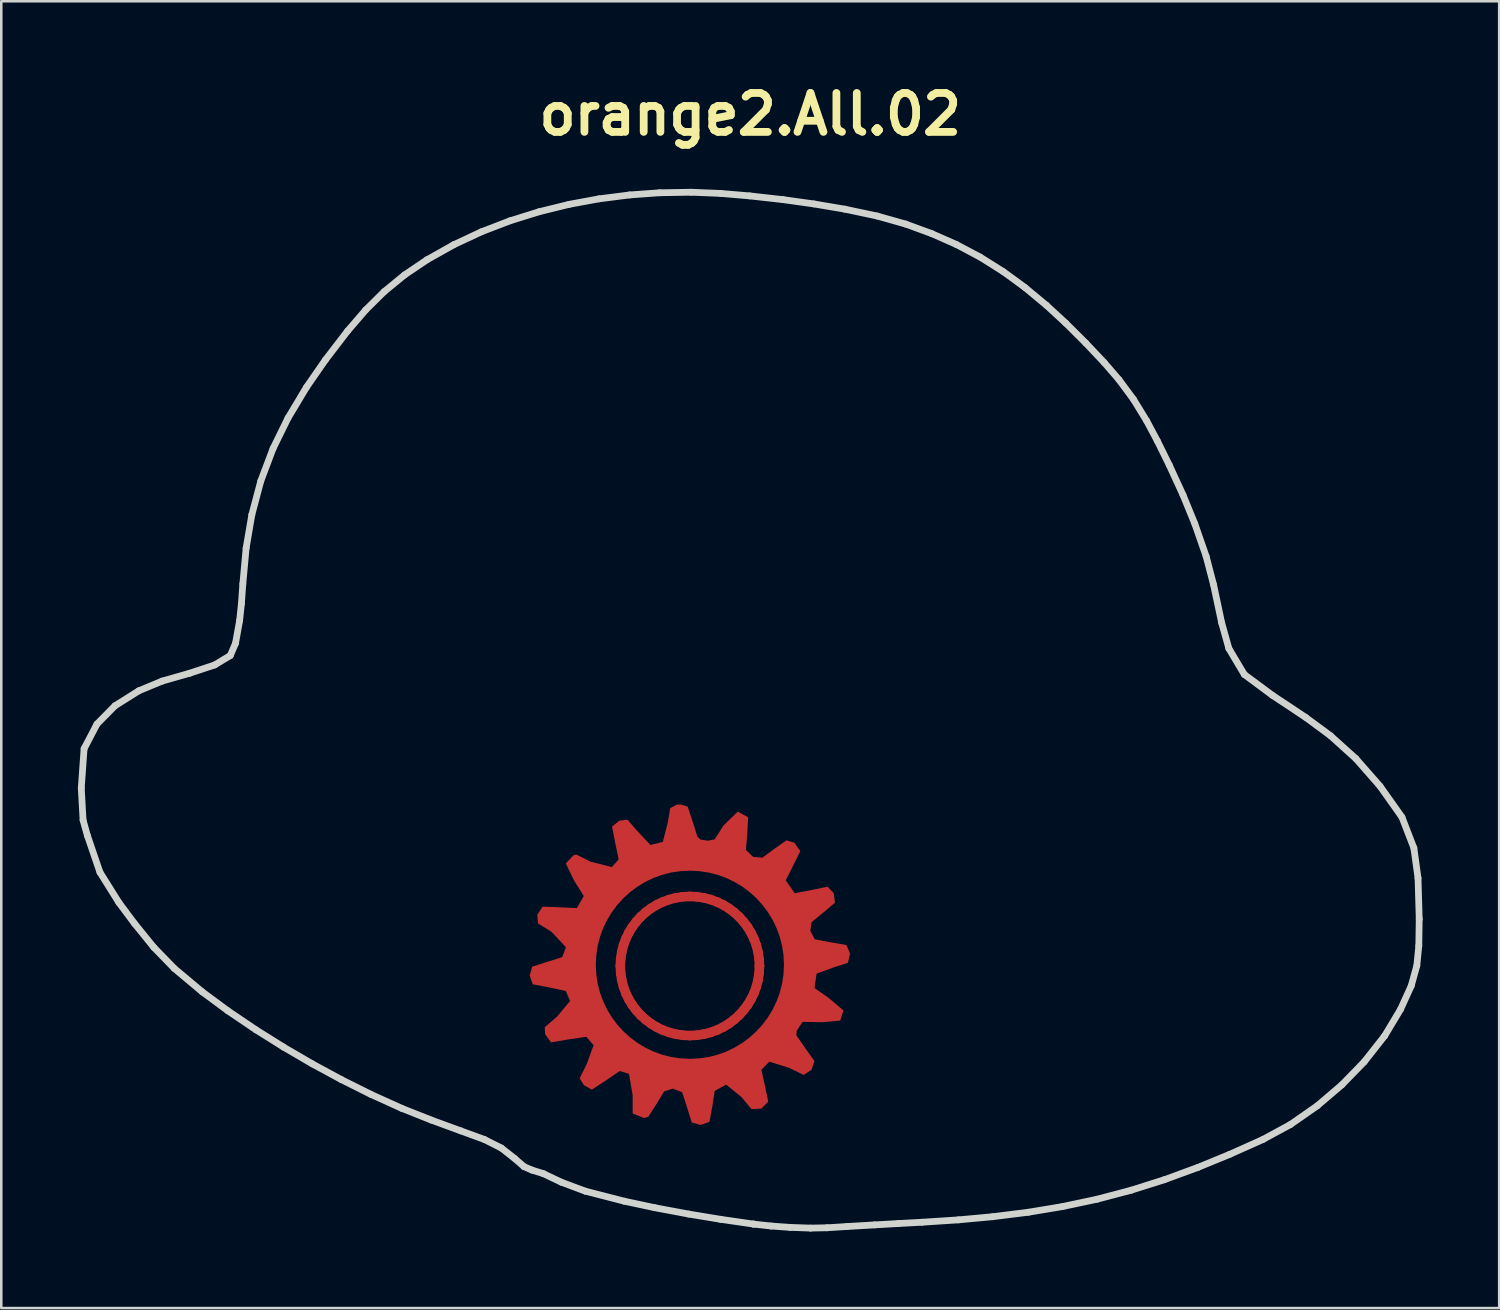
<source format=kicad_pcb>
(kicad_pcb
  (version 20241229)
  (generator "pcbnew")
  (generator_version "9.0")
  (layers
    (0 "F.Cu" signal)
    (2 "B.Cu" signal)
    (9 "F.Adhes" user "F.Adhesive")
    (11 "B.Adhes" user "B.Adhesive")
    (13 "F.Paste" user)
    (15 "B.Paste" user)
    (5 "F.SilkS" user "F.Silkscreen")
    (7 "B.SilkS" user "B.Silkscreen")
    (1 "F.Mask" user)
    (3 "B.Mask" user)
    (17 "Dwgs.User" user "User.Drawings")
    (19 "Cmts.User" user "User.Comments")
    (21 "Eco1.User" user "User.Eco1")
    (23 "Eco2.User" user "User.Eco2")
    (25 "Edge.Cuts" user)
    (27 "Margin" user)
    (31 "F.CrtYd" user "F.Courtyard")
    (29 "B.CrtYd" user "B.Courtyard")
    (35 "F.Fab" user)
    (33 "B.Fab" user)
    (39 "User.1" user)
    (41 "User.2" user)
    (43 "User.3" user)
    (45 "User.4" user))
  (footprint "orange2.All.02"
    (layer "F.Cu")
    (at 26.335 24.764)
    (property "Reference" "orange2.All.02" (at 0 -23.338 0) (layer "F.SilkS") (effects (font (size 1.524 1.524) (thickness 0.305))))
    (attr smd)
    (fp_line (start -5.089 10.021) (end -5.075 9.742) (stroke (width 0.375) (type solid)) (layer "F.Cu"))
    (fp_line (start -5.075 10.3) (end -5.089 10.021) (stroke (width 0.375) (type solid)) (layer "F.Cu"))
    (fp_line (start -5.075 9.742) (end -5.033 9.472) (stroke (width 0.375) (type solid)) (layer "F.Cu"))
    (fp_line (start -5.033 10.57) (end -5.075 10.3) (stroke (width 0.375) (type solid)) (layer "F.Cu"))
    (fp_line (start -5.033 9.472) (end -4.966 9.211) (stroke (width 0.375) (type solid)) (layer "F.Cu"))
    (fp_line (start -4.966 10.831) (end -5.033 10.57) (stroke (width 0.375) (type solid)) (layer "F.Cu"))
    (fp_line (start -4.966 9.211) (end -4.875 8.961) (stroke (width 0.375) (type solid)) (layer "F.Cu"))
    (fp_line (start -4.875 11.082) (end -4.966 10.831) (stroke (width 0.375) (type solid)) (layer "F.Cu"))
    (fp_line (start -4.875 8.961) (end -4.76 8.722) (stroke (width 0.375) (type solid)) (layer "F.Cu"))
    (fp_line (start -4.76 11.32) (end -4.875 11.082) (stroke (width 0.375) (type solid)) (layer "F.Cu"))
    (fp_line (start -4.76 8.722) (end -4.623 8.498) (stroke (width 0.375) (type solid)) (layer "F.Cu"))
    (fp_line (start -4.623 11.544) (end -4.76 11.32) (stroke (width 0.375) (type solid)) (layer "F.Cu"))
    (fp_line (start -4.623 8.498) (end -4.467 8.288) (stroke (width 0.375) (type solid)) (layer "F.Cu"))
    (fp_line (start -4.467 11.754) (end -4.623 11.544) (stroke (width 0.375) (type solid)) (layer "F.Cu"))
    (fp_line (start -4.467 8.288) (end -4.291 8.094) (stroke (width 0.375) (type solid)) (layer "F.Cu"))
    (fp_line (start -4.291 11.948) (end -4.467 11.754) (stroke (width 0.375) (type solid)) (layer "F.Cu"))
    (fp_line (start -4.291 8.094) (end -4.097 7.919) (stroke (width 0.375) (type solid)) (layer "F.Cu"))
    (fp_line (start -4.097 12.123) (end -4.291 11.948) (stroke (width 0.375) (type solid)) (layer "F.Cu"))
    (fp_line (start -4.097 7.919) (end -3.887 7.762) (stroke (width 0.375) (type solid)) (layer "F.Cu"))
    (fp_line (start -3.887 12.28) (end -4.097 12.123) (stroke (width 0.375) (type solid)) (layer "F.Cu"))
    (fp_line (start -3.887 7.762) (end -3.663 7.625) (stroke (width 0.375) (type solid)) (layer "F.Cu"))
    (fp_line (start -3.663 12.417) (end -3.887 12.28) (stroke (width 0.375) (type solid)) (layer "F.Cu"))
    (fp_line (start -3.663 7.625) (end -3.425 7.511) (stroke (width 0.375) (type solid)) (layer "F.Cu"))
    (fp_line (start -3.425 12.532) (end -3.663 12.417) (stroke (width 0.375) (type solid)) (layer "F.Cu"))
    (fp_line (start -3.425 7.511) (end -3.174 7.419) (stroke (width 0.375) (type solid)) (layer "F.Cu"))
    (fp_line (start -3.174 12.623) (end -3.425 12.532) (stroke (width 0.375) (type solid)) (layer "F.Cu"))
    (fp_line (start -3.174 7.419) (end -2.913 7.352) (stroke (width 0.375) (type solid)) (layer "F.Cu"))
    (fp_line (start -2.913 12.69) (end -3.174 12.623) (stroke (width 0.375) (type solid)) (layer "F.Cu"))
    (fp_line (start -2.913 7.352) (end -2.643 7.311) (stroke (width 0.375) (type solid)) (layer "F.Cu"))
    (fp_line (start -2.643 12.732) (end -2.913 12.69) (stroke (width 0.375) (type solid)) (layer "F.Cu"))
    (fp_line (start -2.643 7.311) (end -2.364 7.296) (stroke (width 0.375) (type solid)) (layer "F.Cu"))
    (fp_line (start -2.364 12.746) (end -2.643 12.732) (stroke (width 0.375) (type solid)) (layer "F.Cu"))
    (fp_line (start -2.364 7.296) (end -2.086 7.311) (stroke (width 0.375) (type solid)) (layer "F.Cu"))
    (fp_line (start -2.086 7.311) (end -1.815 7.352) (stroke (width 0.375) (type solid)) (layer "F.Cu"))
    (fp_line (start -2.086 12.732) (end -2.364 12.746) (stroke (width 0.375) (type solid)) (layer "F.Cu"))
    (fp_line (start -1.815 7.352) (end -1.554 7.419) (stroke (width 0.375) (type solid)) (layer "F.Cu"))
    (fp_line (start -1.815 12.69) (end -2.086 12.732) (stroke (width 0.375) (type solid)) (layer "F.Cu"))
    (fp_line (start -1.554 7.419) (end -1.304 7.511) (stroke (width 0.375) (type solid)) (layer "F.Cu"))
    (fp_line (start -1.554 12.623) (end -1.815 12.69) (stroke (width 0.375) (type solid)) (layer "F.Cu"))
    (fp_line (start -1.304 7.511) (end -1.065 7.625) (stroke (width 0.375) (type solid)) (layer "F.Cu"))
    (fp_line (start -1.304 12.532) (end -1.554 12.623) (stroke (width 0.375) (type solid)) (layer "F.Cu"))
    (fp_line (start -1.065 7.625) (end -0.841 7.762) (stroke (width 0.375) (type solid)) (layer "F.Cu"))
    (fp_line (start -1.065 12.417) (end -1.304 12.532) (stroke (width 0.375) (type solid)) (layer "F.Cu"))
    (fp_line (start -0.841 7.762) (end -0.631 7.919) (stroke (width 0.375) (type solid)) (layer "F.Cu"))
    (fp_line (start -0.841 12.28) (end -1.065 12.417) (stroke (width 0.375) (type solid)) (layer "F.Cu"))
    (fp_line (start -0.631 7.919) (end -0.438 8.094) (stroke (width 0.375) (type solid)) (layer "F.Cu"))
    (fp_line (start -0.631 12.123) (end -0.841 12.28) (stroke (width 0.375) (type solid)) (layer "F.Cu"))
    (fp_line (start -0.438 8.094) (end -0.262 8.288) (stroke (width 0.375) (type solid)) (layer "F.Cu"))
    (fp_line (start -0.438 11.948) (end -0.631 12.123) (stroke (width 0.375) (type solid)) (layer "F.Cu"))
    (fp_line (start -0.262 8.288) (end -0.105 8.498) (stroke (width 0.375) (type solid)) (layer "F.Cu"))
    (fp_line (start -0.262 11.754) (end -0.438 11.948) (stroke (width 0.375) (type solid)) (layer "F.Cu"))
    (fp_line (start -0.105 8.498) (end 0.032 8.722) (stroke (width 0.375) (type solid)) (layer "F.Cu"))
    (fp_line (start -0.105 11.544) (end -0.262 11.754) (stroke (width 0.375) (type solid)) (layer "F.Cu"))
    (fp_line (start 0.032 8.722) (end 0.146 8.961) (stroke (width 0.375) (type solid)) (layer "F.Cu"))
    (fp_line (start 0.032 11.32) (end -0.105 11.544) (stroke (width 0.375) (type solid)) (layer "F.Cu"))
    (fp_line (start 0.146 8.961) (end 0.238 9.211) (stroke (width 0.375) (type solid)) (layer "F.Cu"))
    (fp_line (start 0.146 11.082) (end 0.032 11.32) (stroke (width 0.375) (type solid)) (layer "F.Cu"))
    (fp_line (start 0.238 9.211) (end 0.305 9.472) (stroke (width 0.375) (type solid)) (layer "F.Cu"))
    (fp_line (start 0.238 10.831) (end 0.146 11.082) (stroke (width 0.375) (type solid)) (layer "F.Cu"))
    (fp_line (start 0.305 9.472) (end 0.346 9.742) (stroke (width 0.375) (type solid)) (layer "F.Cu"))
    (fp_line (start 0.305 10.57) (end 0.238 10.831) (stroke (width 0.375) (type solid)) (layer "F.Cu"))
    (fp_line (start 0.346 9.742) (end 0.361 10.021) (stroke (width 0.375) (type solid)) (layer "F.Cu"))
    (fp_line (start 0.346 10.3) (end 0.305 10.57) (stroke (width 0.375) (type solid)) (layer "F.Cu"))
    (fp_line (start 0.36 10.021) (end 0.346 10.3) (stroke (width 0.375) (type solid)) (layer "F.Cu"))
    (fp_line (start 0.361 10.021) (end 0.36 10.021) (stroke (width 0.375) (type solid)) (layer "F.Cu"))
    (fp_poly (pts (xy -2.738 3.695) (xy -4.121 6.732) (xy -3.799 6.577) (xy -3.46 6.453) (xy -3.107 6.362) (xy -2.741 6.307) (xy -2.364 6.288) (xy -2.364 6.288) (xy -1.987 6.307) (xy -1.621 6.363) (xy -1.268 6.453) (xy -0.93 6.577) (xy -0.608 6.733) (xy -0.304 6.917) (xy -0.02 7.129) (xy 0.241 7.367) (xy 0.479 7.629) (xy 0.691 7.912) (xy 0.876 8.216) (xy 1.031 8.538) (xy 1.155 8.877) (xy 1.246 9.23) (xy 1.302 9.596) (xy 1.321 9.973) (xy 1.302 10.349) (xy 1.246 10.715) (xy 1.155 11.068) (xy 1.031 11.407) (xy 0.876 11.729) (xy 0.691 12.033) (xy 0.479 12.316) (xy 0.241 12.578) (xy -0.02 12.816) (xy -0.304 13.028) (xy -0.608 13.213) (xy -0.93 13.368) (xy -1.268 13.492) (xy -1.621 13.583) (xy -1.987 13.638) (xy -2.364 13.657) (xy -2.741 13.638) (xy -3.107 13.583) (xy -3.46 13.492) (xy -3.799 13.368) (xy -4.121 13.213) (xy -4.425 13.028) (xy -4.708 12.816) (xy -4.97 12.578) (xy -5.208 12.317) (xy -5.42 12.033) (xy -5.605 11.729) (xy -5.76 11.407) (xy -5.884 11.068) (xy -5.975 10.715) (xy -6.03 10.349) (xy -6.05 9.973) (xy -6.03 9.596) (xy -5.975 9.23) (xy -5.884 8.877) (xy -5.76 8.538) (xy -5.605 8.216) (xy -5.42 7.912) (xy -5.208 7.628) (xy -4.97 7.367) (xy -4.708 7.129) (xy -4.425 6.917) (xy -4.121 6.732) (xy -2.738 3.695) (xy -2.887 3.706) (xy -3.132 3.835) (xy -3.234 4.421) (xy -3.425 5.163) (xy -3.908 5.28) (xy -4.431 4.727) (xy -4.811 4.287) (xy -5.127 4.329) (xy -5.413 4.56) (xy -5.288 5.202) (xy -5.155 5.844) (xy -5.419 6.147) (xy -6.252 5.936) (xy -6.81 5.656) (xy -6.923 5.685) (xy -7.224 6.004) (xy -6.898 6.679) (xy -6.518 7.279) (xy -6.79 7.753) (xy -7.643 7.714) (xy -8.134 7.698) (xy -8.341 8.015) (xy -8.312 8.352) (xy -7.784 8.682) (xy -7.218 9.287) (xy -7.367 9.674) (xy -7.956 9.862) (xy -8.539 10.046) (xy -8.639 10.394) (xy -8.518 10.738) (xy -8.022 10.83) (xy -7.224 11) (xy -7.058 11.392) (xy -7.569 12.008) (xy -8.05 12.419) (xy -8.032 12.695) (xy -7.802 13.013) (xy -7.132 12.898) (xy -6.42 12.794) (xy -6.136 13.123) (xy -6.403 13.86) (xy -6.682 14.418) (xy -6.514 14.69) (xy -6.203 14.862) (xy -5.654 14.504) (xy -5.112 14.134) (xy -4.748 14.247) (xy -4.605 15.087) (xy -4.605 15.799) (xy -4.161 15.975) (xy -3.993 15.928) (xy -3.68 15.437) (xy -3.373 14.932) (xy -3.03 14.825) (xy -2.668 14.964) (xy -2.475 15.558) (xy -2.291 16.147) (xy -1.946 16.247) (xy -1.598 16.125) (xy -1.485 15.513) (xy -1.391 14.913) (xy -0.945 14.666) (xy -0.348 15.151) (xy 0.051 15.627) (xy 0.438 15.605) (xy 0.704 15.333) (xy 0.654 15.081) (xy 0.438 14.085) (xy 0.747 13.768) (xy 1.524 14.011) (xy 2.095 14.289) (xy 2.402 14.083) (xy 2.514 13.745) (xy 2.158 13.246) (xy 1.806 12.735) (xy 1.817 12.559) (xy 2.052 12.209) (xy 2.829 12.223) (xy 3.527 12.158) (xy 3.65 11.761) (xy 3.057 11.262) (xy 2.516 10.883) (xy 2.598 10.319) (xy 3.298 10.065) (xy 3.823 9.899) (xy 3.911 9.545) (xy 3.768 9.2) (xy 3.146 9.093) (xy 2.525 8.974) (xy 2.353 8.639) (xy 2.404 8.303) (xy 2.868 7.923) (xy 3.316 7.544) (xy 3.271 7.17) (xy 3.03 6.914) (xy 2.545 7.016) (xy 1.743 7.172) (xy 1.389 6.665) (xy 1.682 6.088) (xy 1.96 5.521) (xy 1.731 5.196) (xy 1.42 5.098) (xy 0.953 5.427) (xy 0.475 5.779) (xy 0.115 5.748) (xy -0.17 5.476) (xy -0.117 4.844) (xy -0.084 4.195) (xy -0.489 3.975) (xy -1.046 4.514) (xy -1.389 5.057) (xy -1.655 5.114) (xy -1.95 5.067) (xy -2.07 4.957) (xy -2.257 4.359) (xy -2.451 3.778) (xy -2.738 3.695) (xy -2.738 3.695)) (stroke (width 0) (type solid)) (fill yes) (layer "F.Cu"))
    (fp_poly (pts (xy -20.55 -1.075) (xy -20.974 -0.859) (xy -21.611 -0.391) (xy -21.828 -0.151) (xy -21.827 0.13) (xy -21.583 1.124) (xy -21.157 2.532) (xy -20.696 3.902) (xy -20.313 4.879) (xy -19.672 5.995) (xy -18.825 7.021) (xy -17.893 7.862) (xy -16.781 8.648) (xy -15.694 9.275) (xy -14.467 9.871) (xy -13.251 10.391) (xy -12.108 10.825) (xy -10.854 11.229) (xy -9.664 11.529) (xy -8.411 11.939) (xy -8.107 12.362) (xy -8.08 12.404) (xy -8.039 12.409) (xy -8.045 12.414) (xy -8.05 12.419) (xy -8.071 12.541) (xy -8.031 12.696) (xy -7.924 12.894) (xy -7.802 13.013) (xy -7.66 13.028) (xy -7.131 12.898) (xy -6.591 12.768) (xy -6.42 12.794) (xy -6.261 12.933) (xy -6.135 13.123) (xy -6.137 13.342) (xy -6.403 13.86) (xy -6.607 14.242) (xy -6.682 14.418) (xy -6.644 14.542) (xy -6.513 14.69) (xy -6.344 14.824) (xy -6.203 14.862) (xy -6.057 14.798) (xy -5.654 14.504) (xy -5.283 14.235) (xy -5.112 14.134) (xy -4.945 14.15) (xy -4.748 14.247) (xy -4.564 14.471) (xy -4.605 15.087) (xy -4.654 15.62) (xy -4.605 15.799) (xy -4.411 15.918) (xy -4.161 15.975) (xy -4.057 15.968) (xy -3.993 15.928) (xy -3.879 15.762) (xy -3.68 15.437) (xy -3.483 15.106) (xy -3.373 14.932) (xy -3.25 14.838) (xy -3.03 14.825) (xy -2.801 14.868) (xy -2.668 14.964) (xy -2.596 15.16) (xy -2.475 15.558) (xy -2.358 15.955) (xy -2.291 16.147) (xy -2.167 16.232) (xy -1.945 16.247) (xy -1.719 16.209) (xy -1.598 16.125) (xy -1.553 15.945) (xy -1.485 15.513) (xy -1.425 15.106) (xy -1.391 14.913) (xy -1.235 14.754) (xy -0.945 14.666) (xy -0.72 14.72) (xy -0.348 15.151) (xy -0.09 15.466) (xy 0.052 15.627) (xy 0.21 15.681) (xy 0.438 15.605) (xy 0.636 15.468) (xy 0.704 15.333) (xy 0.689 15.233) (xy 0.655 15.081) (xy 0.46 14.307) (xy 0.438 14.085) (xy 0.548 13.92) (xy 0.747 13.768) (xy 0.982 13.735) (xy 1.524 14.011) (xy 1.926 14.225) (xy 2.095 14.289) (xy 2.239 14.239) (xy 2.402 14.083) (xy 2.515 13.902) (xy 2.517 13.756) (xy 2.519 13.758) (xy 2.523 13.765) (xy 2.635 13.661) (xy 2.746 13.557) (xy 3.3 13.254) (xy 4.724 13.077) (xy 6.066 12.935) (xy 7.317 12.761) (xy 8.645 12.521) (xy 9.875 12.233) (xy 11.157 11.846) (xy 12.345 11.39) (xy 13.529 10.82) (xy 14.646 10.159) (xy 15.716 9.355) (xy 16.519 8.48) (xy 17.101 7.426) (xy 17.459 6.155) (xy 17.601 4.995) (xy 17.645 3.636) (xy 17.622 2.745) (xy 17.557 2.012) (xy 17.265 0.989) (xy 16.816 1.047) (xy 16.651 1.33) (xy 16.445 1.77) (xy 15.92 2.75) (xy 15.215 3.515) (xy 14.436 4.059) (xy 13.376 4.634) (xy 12.309 5.115) (xy 11.129 5.553) (xy 9.985 5.903) (xy 8.79 6.203) (xy 7.666 6.433) (xy 6.165 6.717) (xy 4.431 7.024) (xy 3.528 7.158) (xy 3.353 7.169) (xy 3.303 7.244) (xy 3.288 7.208) (xy 3.271 7.17) (xy 3.15 6.994) (xy 3.03 6.914) (xy 2.869 6.939) (xy 2.545 7.016) (xy 1.916 7.173) (xy 1.743 7.172) (xy 1.491 6.957) (xy 1.389 6.665) (xy 1.48 6.463) (xy 1.682 6.088) (xy 1.895 5.69) (xy 1.96 5.521) (xy 1.898 5.366) (xy 1.731 5.196) (xy 1.561 5.097) (xy 1.42 5.097) (xy 1.26 5.202) (xy 0.953 5.427) (xy 0.643 5.659) (xy 0.475 5.779) (xy 0.32 5.816) (xy 0.115 5.748) (xy -0.076 5.617) (xy -0.17 5.476) (xy -0.159 5.267) (xy -0.117 4.844) (xy -0.064 4.338) (xy -0.084 4.195) (xy -0.23 4.067) (xy -0.489 3.975) (xy -0.718 4.015) (xy -1.045 4.514) (xy -1.264 4.874) (xy -1.389 5.057) (xy -1.466 5.106) (xy -1.655 5.114) (xy -1.841 5.105) (xy -1.949 5.067) (xy -2.021 5.016) (xy -2.07 4.956) (xy -2.139 4.754) (xy -2.256 4.359) (xy -2.381 3.946) (xy -2.45 3.778) (xy -2.563 3.715) (xy -2.738 3.695) (xy -2.809 3.698) (xy -2.887 3.706) (xy -3.037 3.754) (xy -3.132 3.835) (xy -3.174 4.03) (xy -3.234 4.421) (xy -3.327 4.983) (xy -3.424 5.163) (xy -3.669 5.261) (xy -3.907 5.28) (xy -4.073 5.158) (xy -4.431 4.727) (xy -4.678 4.427) (xy -4.811 4.287) (xy -4.947 4.267) (xy -5.127 4.329) (xy -5.326 4.445) (xy -5.413 4.559) (xy -5.407 4.713) (xy -5.288 5.202) (xy -5.178 5.661) (xy -5.155 5.844) (xy -5.236 5.993) (xy -5.419 6.147) (xy -5.682 6.219) (xy -6.252 5.936) (xy -6.634 5.731) (xy -6.81 5.656) (xy -6.867 5.664) (xy -6.923 5.685) (xy -7.084 5.825) (xy -7.223 6.004) (xy -7.405 6.007) (xy -7.601 6.003) (xy -8.384 5.932) (xy -9.464 5.749) (xy -10.375 5.557) (xy -11.299 5.334) (xy -12.284 5.061) (xy -13.098 4.786) (xy -14.243 4.332) (xy -15.271 3.892) (xy -16.402 3.358) (xy -17.371 2.836) (xy -18.439 2.141) (xy -19.256 1.444) (xy -19.968 0.546) (xy -20.373 -0.487) (xy -20.483 -0.888) (xy -20.55 -1.075)) (stroke (width 0) (type solid)) (fill yes) (layer "F.Mask"))
    (fp_line (start -26.202 3.057) (end -26.092 1.512) (stroke (width 0.265) (type solid)) (layer "Edge.Cuts"))
    (fp_line (start -26.132 4.305) (end -26.202 3.057) (stroke (width 0.265) (type solid)) (layer "Edge.Cuts"))
    (fp_line (start -26.092 1.512) (end -25.587 0.545) (stroke (width 0.265) (type solid)) (layer "Edge.Cuts"))
    (fp_line (start -25.962 4.912) (end -26.132 4.305) (stroke (width 0.265) (type solid)) (layer "Edge.Cuts"))
    (fp_line (start -25.587 0.545) (end -24.881 -0.171) (stroke (width 0.265) (type solid)) (layer "Edge.Cuts"))
    (fp_line (start -25.47 6.351) (end -25.962 4.912) (stroke (width 0.265) (type solid)) (layer "Edge.Cuts"))
    (fp_line (start -24.881 -0.171) (end -23.948 -0.758) (stroke (width 0.265) (type solid)) (layer "Edge.Cuts"))
    (fp_line (start -24.728 7.538) (end -25.47 6.351) (stroke (width 0.265) (type solid)) (layer "Edge.Cuts"))
    (fp_line (start -24.114 8.36) (end -24.728 7.538) (stroke (width 0.265) (type solid)) (layer "Edge.Cuts"))
    (fp_line (start -23.948 -0.758) (end -23.032 -1.138) (stroke (width 0.265) (type solid)) (layer "Edge.Cuts"))
    (fp_line (start -23.36 9.291) (end -24.114 8.36) (stroke (width 0.265) (type solid)) (layer "Edge.Cuts"))
    (fp_line (start -23.032 -1.138) (end -21.955 -1.446) (stroke (width 0.265) (type solid)) (layer "Edge.Cuts"))
    (fp_line (start -22.55 10.124) (end -23.36 9.291) (stroke (width 0.265) (type solid)) (layer "Edge.Cuts"))
    (fp_line (start -21.955 -1.446) (end -20.975 -1.77) (stroke (width 0.265) (type solid)) (layer "Edge.Cuts"))
    (fp_line (start -21.466 11.032) (end -22.55 10.124) (stroke (width 0.265) (type solid)) (layer "Edge.Cuts"))
    (fp_line (start -20.975 -1.77) (end -20.364 -2.14) (stroke (width 0.265) (type solid)) (layer "Edge.Cuts"))
    (fp_line (start -20.466 11.772) (end -21.466 11.032) (stroke (width 0.265) (type solid)) (layer "Edge.Cuts"))
    (fp_line (start -20.364 -2.14) (end -20.161 -2.615) (stroke (width 0.265) (type solid)) (layer "Edge.Cuts"))
    (fp_line (start -20.161 -2.615) (end -19.999 -3.515) (stroke (width 0.265) (type solid)) (layer "Edge.Cuts"))
    (fp_line (start -19.999 -3.515) (end -19.929 -4.172) (stroke (width 0.265) (type solid)) (layer "Edge.Cuts"))
    (fp_line (start -19.929 -4.172) (end -19.874 -4.945) (stroke (width 0.265) (type solid)) (layer "Edge.Cuts"))
    (fp_line (start -19.874 -4.945) (end -19.745 -6.344) (stroke (width 0.265) (type solid)) (layer "Edge.Cuts"))
    (fp_line (start -19.745 -6.344) (end -19.522 -7.652) (stroke (width 0.265) (type solid)) (layer "Edge.Cuts"))
    (fp_line (start -19.522 -7.652) (end -19.171 -8.973) (stroke (width 0.265) (type solid)) (layer "Edge.Cuts"))
    (fp_line (start -19.361 12.52) (end -20.466 11.772) (stroke (width 0.265) (type solid)) (layer "Edge.Cuts"))
    (fp_line (start -19.171 -8.973) (end -18.689 -10.25) (stroke (width 0.265) (type solid)) (layer "Edge.Cuts"))
    (fp_line (start -18.689 -10.25) (end -18.105 -11.44) (stroke (width 0.265) (type solid)) (layer "Edge.Cuts"))
    (fp_line (start -18.28 13.197) (end -19.361 12.52) (stroke (width 0.265) (type solid)) (layer "Edge.Cuts"))
    (fp_line (start -18.105 -11.44) (end -17.382 -12.646) (stroke (width 0.265) (type solid)) (layer "Edge.Cuts"))
    (fp_line (start -17.382 -12.646) (end -16.635 -13.724) (stroke (width 0.265) (type solid)) (layer "Edge.Cuts"))
    (fp_line (start -17.156 13.853) (end -18.28 13.197) (stroke (width 0.265) (type solid)) (layer "Edge.Cuts"))
    (fp_line (start -16.635 -13.724) (end -15.77 -14.851) (stroke (width 0.265) (type solid)) (layer "Edge.Cuts"))
    (fp_line (start -16.013 14.472) (end -17.156 13.853) (stroke (width 0.265) (type solid)) (layer "Edge.Cuts"))
    (fp_line (start -15.77 -14.851) (end -15.059 -15.677) (stroke (width 0.265) (type solid)) (layer "Edge.Cuts"))
    (fp_line (start -15.059 -15.677) (end -14.341 -16.388) (stroke (width 0.265) (type solid)) (layer "Edge.Cuts"))
    (fp_line (start -14.87 15.043) (end -16.013 14.472) (stroke (width 0.265) (type solid)) (layer "Edge.Cuts"))
    (fp_line (start -14.341 -16.388) (end -13.541 -17.045) (stroke (width 0.265) (type solid)) (layer "Edge.Cuts"))
    (fp_line (start -13.659 15.592) (end -14.87 15.043) (stroke (width 0.265) (type solid)) (layer "Edge.Cuts"))
    (fp_line (start -13.541 -17.045) (end -12.658 -17.641) (stroke (width 0.265) (type solid)) (layer "Edge.Cuts"))
    (fp_line (start -12.658 -17.641) (end -11.61 -18.23) (stroke (width 0.265) (type solid)) (layer "Edge.Cuts"))
    (fp_line (start -12.499 16.053) (end -13.659 15.592) (stroke (width 0.265) (type solid)) (layer "Edge.Cuts"))
    (fp_line (start -11.61 -18.23) (end -10.53 -18.735) (stroke (width 0.265) (type solid)) (layer "Edge.Cuts"))
    (fp_line (start -11.341 16.477) (end -12.499 16.053) (stroke (width 0.265) (type solid)) (layer "Edge.Cuts"))
    (fp_line (start -10.53 -18.735) (end -9.406 -19.167) (stroke (width 0.265) (type solid)) (layer "Edge.Cuts"))
    (fp_line (start -10.413 16.816) (end -11.341 16.477) (stroke (width 0.265) (type solid)) (layer "Edge.Cuts"))
    (fp_line (start -9.751 17.149) (end -10.413 16.816) (stroke (width 0.265) (type solid)) (layer "Edge.Cuts"))
    (fp_line (start -9.406 -19.167) (end -8.269 -19.521) (stroke (width 0.265) (type solid)) (layer "Edge.Cuts"))
    (fp_line (start -9.234 17.555) (end -9.751 17.149) (stroke (width 0.265) (type solid)) (layer "Edge.Cuts"))
    (fp_line (start -8.862 17.879) (end -9.234 17.555) (stroke (width 0.265) (type solid)) (layer "Edge.Cuts"))
    (fp_line (start -8.551 18.014) (end -8.862 17.879) (stroke (width 0.265) (type solid)) (layer "Edge.Cuts"))
    (fp_line (start -8.269 -19.521) (end -7.095 -19.81) (stroke (width 0.265) (type solid)) (layer "Edge.Cuts"))
    (fp_line (start -8.102 18.154) (end -8.551 18.014) (stroke (width 0.265) (type solid)) (layer "Edge.Cuts"))
    (fp_line (start -7.396 18.49) (end -8.102 18.154) (stroke (width 0.265) (type solid)) (layer "Edge.Cuts"))
    (fp_line (start -7.095 -19.81) (end -5.929 -20.025) (stroke (width 0.265) (type solid)) (layer "Edge.Cuts"))
    (fp_line (start -6.457 18.841) (end -7.396 18.49) (stroke (width 0.265) (type solid)) (layer "Edge.Cuts"))
    (fp_line (start -5.929 -20.025) (end -4.721 -20.179) (stroke (width 0.265) (type solid)) (layer "Edge.Cuts"))
    (fp_line (start -4.939 19.232) (end -6.457 18.841) (stroke (width 0.265) (type solid)) (layer "Edge.Cuts"))
    (fp_line (start -4.721 -20.179) (end -3.548 -20.264) (stroke (width 0.265) (type solid)) (layer "Edge.Cuts"))
    (fp_line (start -3.74 19.488) (end -4.939 19.232) (stroke (width 0.265) (type solid)) (layer "Edge.Cuts"))
    (fp_line (start -3.548 -20.264) (end -2.312 -20.285) (stroke (width 0.265) (type solid)) (layer "Edge.Cuts"))
    (fp_line (start -2.418 19.736) (end -3.74 19.488) (stroke (width 0.265) (type solid)) (layer "Edge.Cuts"))
    (fp_line (start -2.312 -20.285) (end -1.154 -20.238) (stroke (width 0.265) (type solid)) (layer "Edge.Cuts"))
    (fp_line (start -1.163 19.943) (end -2.418 19.736) (stroke (width 0.265) (type solid)) (layer "Edge.Cuts"))
    (fp_line (start -1.154 -20.238) (end -0.019 -20.141) (stroke (width 0.265) (type solid)) (layer "Edge.Cuts"))
    (fp_line (start -0.019 -20.141) (end 1.285 -19.995) (stroke (width 0.265) (type solid)) (layer "Edge.Cuts"))
    (fp_line (start 0.122 20.129) (end 0.123 20.129) (stroke (width 0.265) (type solid)) (layer "Edge.Cuts"))
    (fp_line (start 0.123 20.129) (end -1.163 19.943) (stroke (width 0.265) (type solid)) (layer "Edge.Cuts"))
    (fp_line (start 0.82 20.206) (end 0.122 20.129) (stroke (width 0.265) (type solid)) (layer "Edge.Cuts"))
    (fp_line (start 1.285 -19.995) (end 2.496 -19.826) (stroke (width 0.265) (type solid)) (layer "Edge.Cuts"))
    (fp_line (start 1.562 20.259) (end 0.82 20.206) (stroke (width 0.265) (type solid)) (layer "Edge.Cuts"))
    (fp_line (start 2.363 20.287) (end 1.562 20.259) (stroke (width 0.265) (type solid)) (layer "Edge.Cuts"))
    (fp_line (start 2.496 -19.826) (end 3.708 -19.621) (stroke (width 0.265) (type solid)) (layer "Edge.Cuts"))
    (fp_line (start 3.007 20.274) (end 2.363 20.287) (stroke (width 0.265) (type solid)) (layer "Edge.Cuts"))
    (fp_line (start 3.708 -19.621) (end 4.976 -19.352) (stroke (width 0.265) (type solid)) (layer "Edge.Cuts"))
    (fp_line (start 3.783 20.225) (end 3.007 20.274) (stroke (width 0.265) (type solid)) (layer "Edge.Cuts"))
    (fp_line (start 4.87 20.161) (end 3.783 20.225) (stroke (width 0.265) (type solid)) (layer "Edge.Cuts"))
    (fp_line (start 4.976 -19.352) (end 6.087 -19.038) (stroke (width 0.265) (type solid)) (layer "Edge.Cuts"))
    (fp_line (start 5.803 20.108) (end 4.87 20.161) (stroke (width 0.265) (type solid)) (layer "Edge.Cuts"))
    (fp_line (start 6.087 -19.038) (end 7.108 -18.664) (stroke (width 0.265) (type solid)) (layer "Edge.Cuts"))
    (fp_line (start 6.734 20.057) (end 5.803 20.108) (stroke (width 0.265) (type solid)) (layer "Edge.Cuts"))
    (fp_line (start 7.108 -18.664) (end 8.068 -18.241) (stroke (width 0.265) (type solid)) (layer "Edge.Cuts"))
    (fp_line (start 8.068 -18.241) (end 9.007 -17.743) (stroke (width 0.265) (type solid)) (layer "Edge.Cuts"))
    (fp_line (start 8.155 19.964) (end 6.734 20.057) (stroke (width 0.265) (type solid)) (layer "Edge.Cuts"))
    (fp_line (start 9.007 -17.743) (end 9.915 -17.172) (stroke (width 0.265) (type solid)) (layer "Edge.Cuts"))
    (fp_line (start 9.491 19.841) (end 8.155 19.964) (stroke (width 0.265) (type solid)) (layer "Edge.Cuts"))
    (fp_line (start 9.915 -17.172) (end 10.756 -16.557) (stroke (width 0.265) (type solid)) (layer "Edge.Cuts"))
    (fp_line (start 10.756 -16.557) (end 11.598 -15.858) (stroke (width 0.265) (type solid)) (layer "Edge.Cuts"))
    (fp_line (start 10.893 19.666) (end 9.491 19.841) (stroke (width 0.265) (type solid)) (layer "Edge.Cuts"))
    (fp_line (start 11.598 -15.858) (end 12.357 -15.159) (stroke (width 0.265) (type solid)) (layer "Edge.Cuts"))
    (fp_line (start 12.228 19.444) (end 10.893 19.666) (stroke (width 0.265) (type solid)) (layer "Edge.Cuts"))
    (fp_line (start 12.357 -15.159) (end 13.139 -14.38) (stroke (width 0.265) (type solid)) (layer "Edge.Cuts"))
    (fp_line (start 13.139 -14.38) (end 13.861 -13.616) (stroke (width 0.265) (type solid)) (layer "Edge.Cuts"))
    (fp_line (start 13.588 19.155) (end 12.228 19.444) (stroke (width 0.265) (type solid)) (layer "Edge.Cuts"))
    (fp_line (start 13.861 -13.616) (end 14.443 -12.941) (stroke (width 0.265) (type solid)) (layer "Edge.Cuts"))
    (fp_line (start 14.443 -12.941) (end 15.007 -12.178) (stroke (width 0.265) (type solid)) (layer "Edge.Cuts"))
    (fp_line (start 14.918 18.803) (end 13.588 19.155) (stroke (width 0.265) (type solid)) (layer "Edge.Cuts"))
    (fp_line (start 15.007 -12.178) (end 15.526 -11.331) (stroke (width 0.265) (type solid)) (layer "Edge.Cuts"))
    (fp_line (start 15.526 -11.331) (end 15.942 -10.55) (stroke (width 0.265) (type solid)) (layer "Edge.Cuts"))
    (fp_line (start 15.942 -10.55) (end 16.41 -9.602) (stroke (width 0.265) (type solid)) (layer "Edge.Cuts"))
    (fp_line (start 16.219 18.392) (end 14.918 18.803) (stroke (width 0.265) (type solid)) (layer "Edge.Cuts"))
    (fp_line (start 16.41 -9.602) (end 16.95 -8.427) (stroke (width 0.265) (type solid)) (layer "Edge.Cuts"))
    (fp_line (start 16.95 -8.427) (end 17.41 -7.305) (stroke (width 0.265) (type solid)) (layer "Edge.Cuts"))
    (fp_line (start 17.41 -7.305) (end 17.856 -6.023) (stroke (width 0.265) (type solid)) (layer "Edge.Cuts"))
    (fp_line (start 17.535 17.909) (end 16.219 18.392) (stroke (width 0.265) (type solid)) (layer "Edge.Cuts"))
    (fp_line (start 17.856 -6.023) (end 18.146 -4.914) (stroke (width 0.265) (type solid)) (layer "Edge.Cuts"))
    (fp_line (start 18.146 -4.914) (end 18.463 -3.424) (stroke (width 0.265) (type solid)) (layer "Edge.Cuts"))
    (fp_line (start 18.463 -3.424) (end 18.745 -2.416) (stroke (width 0.265) (type solid)) (layer "Edge.Cuts"))
    (fp_line (start 18.745 -2.416) (end 19.351 -1.397) (stroke (width 0.265) (type solid)) (layer "Edge.Cuts"))
    (fp_line (start 18.781 17.397) (end 17.535 17.909) (stroke (width 0.265) (type solid)) (layer "Edge.Cuts"))
    (fp_line (start 19.351 -1.397) (end 20.453 -0.58) (stroke (width 0.265) (type solid)) (layer "Edge.Cuts"))
    (fp_line (start 20.076 16.817) (end 18.781 17.397) (stroke (width 0.265) (type solid)) (layer "Edge.Cuts"))
    (fp_line (start 20.453 -0.58) (end 21.749 0.28) (stroke (width 0.265) (type solid)) (layer "Edge.Cuts"))
    (fp_line (start 21.157 16.23) (end 20.076 16.817) (stroke (width 0.265) (type solid)) (layer "Edge.Cuts"))
    (fp_line (start 21.749 0.28) (end 22.727 1.002) (stroke (width 0.265) (type solid)) (layer "Edge.Cuts"))
    (fp_line (start 22.21 15.496) (end 21.157 16.23) (stroke (width 0.265) (type solid)) (layer "Edge.Cuts"))
    (fp_line (start 22.727 1.002) (end 23.721 1.9) (stroke (width 0.265) (type solid)) (layer "Edge.Cuts"))
    (fp_line (start 23.171 14.676) (end 22.21 15.496) (stroke (width 0.265) (type solid)) (layer "Edge.Cuts"))
    (fp_line (start 23.721 1.9) (end 24.664 2.975) (stroke (width 0.265) (type solid)) (layer "Edge.Cuts"))
    (fp_line (start 24.043 13.78) (end 23.171 14.676) (stroke (width 0.265) (type solid)) (layer "Edge.Cuts"))
    (fp_line (start 24.664 2.975) (end 25.525 4.19) (stroke (width 0.265) (type solid)) (layer "Edge.Cuts"))
    (fp_line (start 24.848 12.757) (end 24.043 13.78) (stroke (width 0.265) (type solid)) (layer "Edge.Cuts"))
    (fp_line (start 25.47 11.718) (end 24.848 12.757) (stroke (width 0.265) (type solid)) (layer "Edge.Cuts"))
    (fp_line (start 25.525 4.19) (end 25.992 5.4) (stroke (width 0.265) (type solid)) (layer "Edge.Cuts"))
    (fp_line (start 25.887 10.803) (end 25.47 11.718) (stroke (width 0.265) (type solid)) (layer "Edge.Cuts"))
    (fp_line (start 25.992 5.4) (end 26.155 6.584) (stroke (width 0.265) (type solid)) (layer "Edge.Cuts"))
    (fp_line (start 26.108 10.007) (end 25.887 10.803) (stroke (width 0.265) (type solid)) (layer "Edge.Cuts"))
    (fp_line (start 26.155 6.584) (end 26.201 8.179) (stroke (width 0.265) (type solid)) (layer "Edge.Cuts"))
    (fp_line (start 26.185 9.232) (end 26.108 10.007) (stroke (width 0.265) (type solid)) (layer "Edge.Cuts"))
    (fp_line (start 26.201 8.179) (end 26.185 9.232) (stroke (width 0.265) (type solid)) (layer "Edge.Cuts")))
  (gr_rect
    (start -3 -3)
    (end 55.668 48.183)
    (stroke (width 0.1) (type default))
    (fill no)
    (layer "Edge.Cuts")))
</source>
